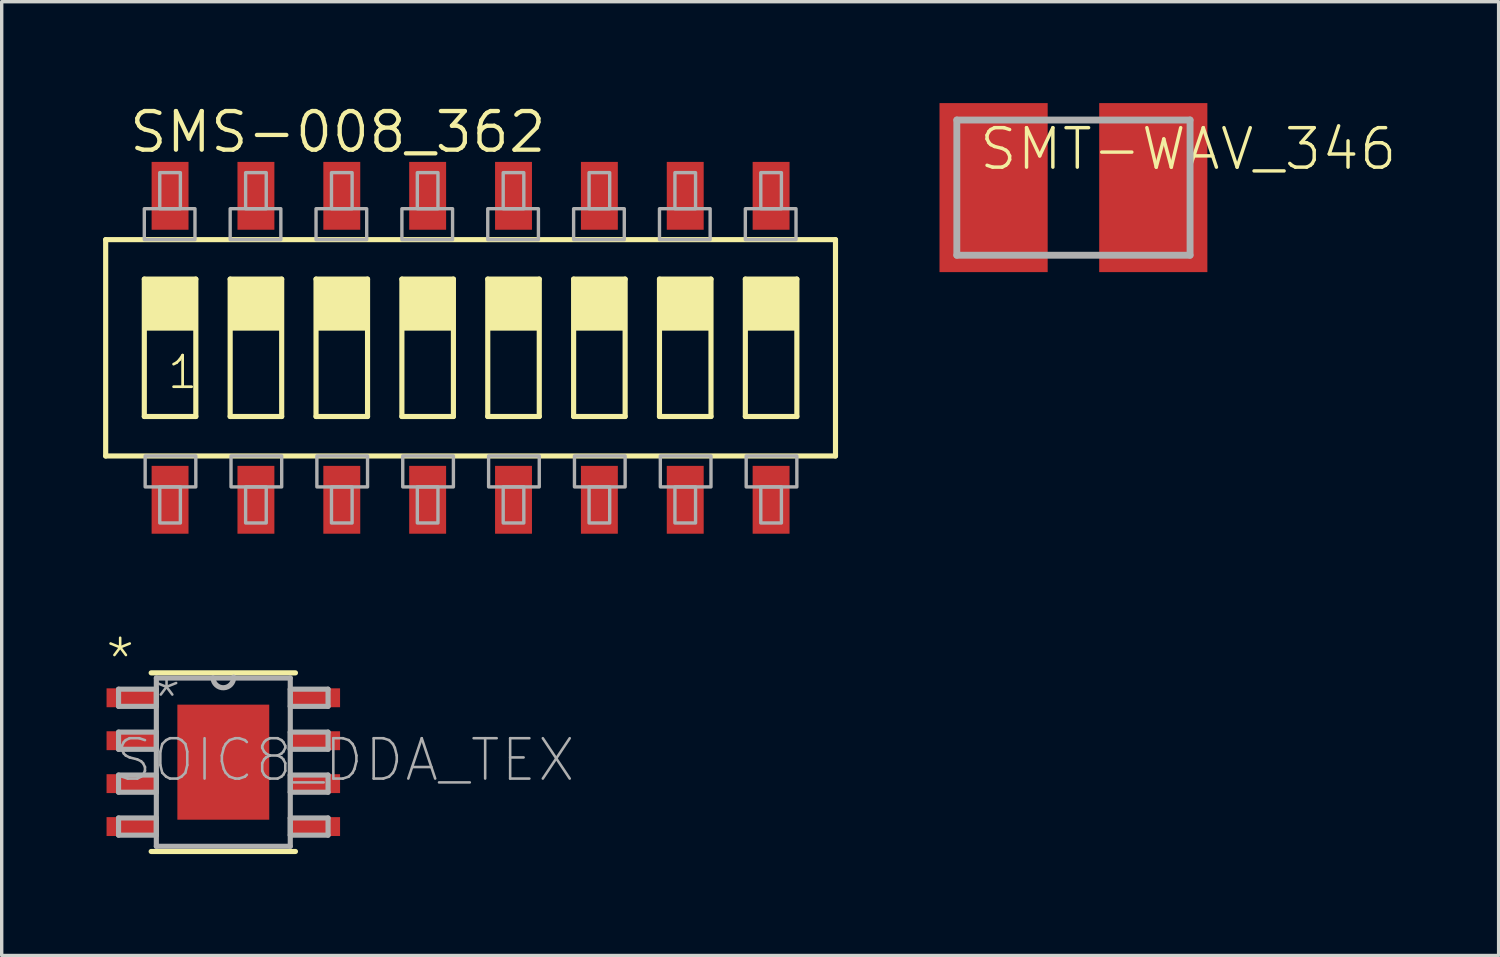
<source format=kicad_pcb>
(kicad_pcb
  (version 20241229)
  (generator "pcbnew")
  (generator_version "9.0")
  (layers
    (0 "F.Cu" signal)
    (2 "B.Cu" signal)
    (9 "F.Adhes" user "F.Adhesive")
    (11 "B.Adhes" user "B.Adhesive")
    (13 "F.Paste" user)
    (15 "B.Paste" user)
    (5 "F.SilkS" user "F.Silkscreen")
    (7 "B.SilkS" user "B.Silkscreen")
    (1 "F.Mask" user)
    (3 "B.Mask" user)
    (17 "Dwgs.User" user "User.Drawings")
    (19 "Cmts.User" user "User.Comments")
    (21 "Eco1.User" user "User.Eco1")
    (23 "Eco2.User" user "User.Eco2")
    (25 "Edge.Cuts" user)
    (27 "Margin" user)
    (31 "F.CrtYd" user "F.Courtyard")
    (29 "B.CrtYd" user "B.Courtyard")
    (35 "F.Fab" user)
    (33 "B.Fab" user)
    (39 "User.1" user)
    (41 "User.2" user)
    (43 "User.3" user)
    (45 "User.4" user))
  (footprint "SMS-008_362"
    (layer "F.Cu")
    (at 10.871 7.239)
    (property "Reference" "SMS-008_362" (at -10.16 -5.715 0) (unlocked yes) (layer "F.SilkS") (effects (font (size 1.143 1.143) (thickness 0.127)) (justify left bottom)))
    (fp_line (start -10.795 3.2) (end -10.795 -3.2) (stroke (width 0.152) (type solid)) (layer "F.SilkS"))
    (fp_line (start -10.795 3.2) (end 10.795 3.2) (stroke (width 0.152) (type solid)) (layer "F.SilkS"))
    (fp_line (start -9.652 -2.032) (end -8.128 -2.032) (stroke (width 0.152) (type solid)) (layer "F.SilkS"))
    (fp_line (start -9.652 2.032) (end -9.652 -2.032) (stroke (width 0.152) (type solid)) (layer "F.SilkS"))
    (fp_line (start -8.128 -2.032) (end -8.128 2.032) (stroke (width 0.152) (type solid)) (layer "F.SilkS"))
    (fp_line (start -8.128 2.032) (end -9.652 2.032) (stroke (width 0.152) (type solid)) (layer "F.SilkS"))
    (fp_line (start -7.112 -2.032) (end -5.588 -2.032) (stroke (width 0.152) (type solid)) (layer "F.SilkS"))
    (fp_line (start -7.112 2.032) (end -7.112 -2.032) (stroke (width 0.152) (type solid)) (layer "F.SilkS"))
    (fp_line (start -5.588 -2.032) (end -5.588 2.032) (stroke (width 0.152) (type solid)) (layer "F.SilkS"))
    (fp_line (start -5.588 2.032) (end -7.112 2.032) (stroke (width 0.152) (type solid)) (layer "F.SilkS"))
    (fp_line (start -4.572 -2.032) (end -3.048 -2.032) (stroke (width 0.152) (type solid)) (layer "F.SilkS"))
    (fp_line (start -4.572 2.032) (end -4.572 -2.032) (stroke (width 0.152) (type solid)) (layer "F.SilkS"))
    (fp_line (start -3.048 -2.032) (end -3.048 2.032) (stroke (width 0.152) (type solid)) (layer "F.SilkS"))
    (fp_line (start -3.048 2.032) (end -4.572 2.032) (stroke (width 0.152) (type solid)) (layer "F.SilkS"))
    (fp_line (start -2.032 -2.032) (end -0.508 -2.032) (stroke (width 0.152) (type solid)) (layer "F.SilkS"))
    (fp_line (start -2.032 2.032) (end -2.032 -2.032) (stroke (width 0.152) (type solid)) (layer "F.SilkS"))
    (fp_line (start -0.508 -2.032) (end -0.508 2.032) (stroke (width 0.152) (type solid)) (layer "F.SilkS"))
    (fp_line (start -0.508 2.032) (end -2.032 2.032) (stroke (width 0.152) (type solid)) (layer "F.SilkS"))
    (fp_line (start 0.508 -2.032) (end 2.032 -2.032) (stroke (width 0.152) (type solid)) (layer "F.SilkS"))
    (fp_line (start 0.508 2.032) (end 0.508 -2.032) (stroke (width 0.152) (type solid)) (layer "F.SilkS"))
    (fp_line (start 2.032 -2.032) (end 2.032 2.032) (stroke (width 0.152) (type solid)) (layer "F.SilkS"))
    (fp_line (start 2.032 2.032) (end 0.508 2.032) (stroke (width 0.152) (type solid)) (layer "F.SilkS"))
    (fp_line (start 3.048 -2.032) (end 4.572 -2.032) (stroke (width 0.152) (type solid)) (layer "F.SilkS"))
    (fp_line (start 3.048 2.032) (end 3.048 -2.032) (stroke (width 0.152) (type solid)) (layer "F.SilkS"))
    (fp_line (start 4.572 -2.032) (end 4.572 2.032) (stroke (width 0.152) (type solid)) (layer "F.SilkS"))
    (fp_line (start 4.572 2.032) (end 3.048 2.032) (stroke (width 0.152) (type solid)) (layer "F.SilkS"))
    (fp_line (start 5.588 -2.032) (end 7.112 -2.032) (stroke (width 0.152) (type solid)) (layer "F.SilkS"))
    (fp_line (start 5.588 2.032) (end 5.588 -2.032) (stroke (width 0.152) (type solid)) (layer "F.SilkS"))
    (fp_line (start 7.112 -2.032) (end 7.112 2.032) (stroke (width 0.152) (type solid)) (layer "F.SilkS"))
    (fp_line (start 7.112 2.032) (end 5.588 2.032) (stroke (width 0.152) (type solid)) (layer "F.SilkS"))
    (fp_line (start 8.128 -2.032) (end 9.652 -2.032) (stroke (width 0.152) (type solid)) (layer "F.SilkS"))
    (fp_line (start 8.128 2.032) (end 8.128 -2.032) (stroke (width 0.152) (type solid)) (layer "F.SilkS"))
    (fp_line (start 9.652 -2.032) (end 9.652 2.032) (stroke (width 0.152) (type solid)) (layer "F.SilkS"))
    (fp_line (start 9.652 2.032) (end 8.128 2.032) (stroke (width 0.152) (type solid)) (layer "F.SilkS"))
    (fp_line (start 10.795 -3.2) (end -10.795 -3.2) (stroke (width 0.152) (type solid)) (layer "F.SilkS"))
    (fp_line (start 10.795 -3.2) (end 10.795 3.2) (stroke (width 0.152) (type solid)) (layer "F.SilkS"))
    (fp_poly (pts (xy -9.652 -0.508) (xy -8.128 -0.508) (xy -8.128 -2.032) (xy -9.652 -2.032)) (stroke (width 0) (type default)) (fill yes) (layer "F.SilkS"))
    (fp_poly (pts (xy -7.112 -0.508) (xy -5.588 -0.508) (xy -5.588 -2.032) (xy -7.112 -2.032)) (stroke (width 0) (type default)) (fill yes) (layer "F.SilkS"))
    (fp_poly (pts (xy -4.572 -0.508) (xy -3.048 -0.508) (xy -3.048 -2.032) (xy -4.572 -2.032)) (stroke (width 0) (type default)) (fill yes) (layer "F.SilkS"))
    (fp_poly (pts (xy -2.032 -0.508) (xy -0.508 -0.508) (xy -0.508 -2.032) (xy -2.032 -2.032)) (stroke (width 0) (type default)) (fill yes) (layer "F.SilkS"))
    (fp_poly (pts (xy 0.508 -0.508) (xy 2.032 -0.508) (xy 2.032 -2.032) (xy 0.508 -2.032)) (stroke (width 0) (type default)) (fill yes) (layer "F.SilkS"))
    (fp_poly (pts (xy 3.048 -0.508) (xy 4.572 -0.508) (xy 4.572 -2.032) (xy 3.048 -2.032)) (stroke (width 0) (type default)) (fill yes) (layer "F.SilkS"))
    (fp_poly (pts (xy 5.588 -0.508) (xy 7.112 -0.508) (xy 7.112 -2.032) (xy 5.588 -2.032)) (stroke (width 0) (type default)) (fill yes) (layer "F.SilkS"))
    (fp_poly (pts (xy 8.128 -0.508) (xy 9.652 -0.508) (xy 9.652 -2.032) (xy 8.128 -2.032)) (stroke (width 0) (type default)) (fill yes) (layer "F.SilkS"))
    (fp_poly (pts (xy -9.652 -3.2) (xy -8.153 -3.2) (xy -8.153 -4.115) (xy -9.652 -4.115)) (stroke (width 0.1) (type default)) (fill no) (layer "F.Fab"))
    (fp_poly (pts (xy -9.627 4.115) (xy -8.128 4.115) (xy -8.128 3.2) (xy -9.627 3.2)) (stroke (width 0.1) (type default)) (fill no) (layer "F.Fab"))
    (fp_poly (pts (xy -9.195 -4.115) (xy -8.585 -4.115) (xy -8.585 -5.182) (xy -9.195 -5.182)) (stroke (width 0.1) (type default)) (fill no) (layer "F.Fab"))
    (fp_poly (pts (xy -9.195 5.182) (xy -8.585 5.182) (xy -8.585 4.115) (xy -9.195 4.115)) (stroke (width 0.1) (type default)) (fill no) (layer "F.Fab"))
    (fp_poly (pts (xy -7.112 -3.2) (xy -5.613 -3.2) (xy -5.613 -4.115) (xy -7.112 -4.115)) (stroke (width 0.1) (type default)) (fill no) (layer "F.Fab"))
    (fp_poly (pts (xy -7.087 4.115) (xy -5.588 4.115) (xy -5.588 3.2) (xy -7.087 3.2)) (stroke (width 0.1) (type default)) (fill no) (layer "F.Fab"))
    (fp_poly (pts (xy -6.655 -4.115) (xy -6.045 -4.115) (xy -6.045 -5.182) (xy -6.655 -5.182)) (stroke (width 0.1) (type default)) (fill no) (layer "F.Fab"))
    (fp_poly (pts (xy -6.655 5.182) (xy -6.045 5.182) (xy -6.045 4.115) (xy -6.655 4.115)) (stroke (width 0.1) (type default)) (fill no) (layer "F.Fab"))
    (fp_poly (pts (xy -4.572 -3.2) (xy -3.073 -3.2) (xy -3.073 -4.115) (xy -4.572 -4.115)) (stroke (width 0.1) (type default)) (fill no) (layer "F.Fab"))
    (fp_poly (pts (xy -4.547 4.115) (xy -3.048 4.115) (xy -3.048 3.2) (xy -4.547 3.2)) (stroke (width 0.1) (type default)) (fill no) (layer "F.Fab"))
    (fp_poly (pts (xy -4.115 -4.115) (xy -3.505 -4.115) (xy -3.505 -5.182) (xy -4.115 -5.182)) (stroke (width 0.1) (type default)) (fill no) (layer "F.Fab"))
    (fp_poly (pts (xy -4.115 5.182) (xy -3.505 5.182) (xy -3.505 4.115) (xy -4.115 4.115)) (stroke (width 0.1) (type default)) (fill no) (layer "F.Fab"))
    (fp_poly (pts (xy -2.032 -3.2) (xy -0.533 -3.2) (xy -0.533 -4.115) (xy -2.032 -4.115)) (stroke (width 0.1) (type default)) (fill no) (layer "F.Fab"))
    (fp_poly (pts (xy -2.007 4.115) (xy -0.508 4.115) (xy -0.508 3.2) (xy -2.007 3.2)) (stroke (width 0.1) (type default)) (fill no) (layer "F.Fab"))
    (fp_poly (pts (xy -1.575 -4.115) (xy -0.965 -4.115) (xy -0.965 -5.182) (xy -1.575 -5.182)) (stroke (width 0.1) (type default)) (fill no) (layer "F.Fab"))
    (fp_poly (pts (xy -1.575 5.182) (xy -0.965 5.182) (xy -0.965 4.115) (xy -1.575 4.115)) (stroke (width 0.1) (type default)) (fill no) (layer "F.Fab"))
    (fp_poly (pts (xy 0.508 -3.2) (xy 2.007 -3.2) (xy 2.007 -4.115) (xy 0.508 -4.115)) (stroke (width 0.1) (type default)) (fill no) (layer "F.Fab"))
    (fp_poly (pts (xy 0.533 4.115) (xy 2.032 4.115) (xy 2.032 3.2) (xy 0.533 3.2)) (stroke (width 0.1) (type default)) (fill no) (layer "F.Fab"))
    (fp_poly (pts (xy 0.965 -4.115) (xy 1.575 -4.115) (xy 1.575 -5.182) (xy 0.965 -5.182)) (stroke (width 0.1) (type default)) (fill no) (layer "F.Fab"))
    (fp_poly (pts (xy 0.965 5.182) (xy 1.575 5.182) (xy 1.575 4.115) (xy 0.965 4.115)) (stroke (width 0.1) (type default)) (fill no) (layer "F.Fab"))
    (fp_poly (pts (xy 3.048 -3.2) (xy 4.547 -3.2) (xy 4.547 -4.115) (xy 3.048 -4.115)) (stroke (width 0.1) (type default)) (fill no) (layer "F.Fab"))
    (fp_poly (pts (xy 3.073 4.115) (xy 4.572 4.115) (xy 4.572 3.2) (xy 3.073 3.2)) (stroke (width 0.1) (type default)) (fill no) (layer "F.Fab"))
    (fp_poly (pts (xy 3.505 -4.115) (xy 4.115 -4.115) (xy 4.115 -5.182) (xy 3.505 -5.182)) (stroke (width 0.1) (type default)) (fill no) (layer "F.Fab"))
    (fp_poly (pts (xy 3.505 5.182) (xy 4.115 5.182) (xy 4.115 4.115) (xy 3.505 4.115)) (stroke (width 0.1) (type default)) (fill no) (layer "F.Fab"))
    (fp_poly (pts (xy 5.588 -3.2) (xy 7.087 -3.2) (xy 7.087 -4.115) (xy 5.588 -4.115)) (stroke (width 0.1) (type default)) (fill no) (layer "F.Fab"))
    (fp_poly (pts (xy 5.613 4.115) (xy 7.112 4.115) (xy 7.112 3.2) (xy 5.613 3.2)) (stroke (width 0.1) (type default)) (fill no) (layer "F.Fab"))
    (fp_poly (pts (xy 6.045 -4.115) (xy 6.655 -4.115) (xy 6.655 -5.182) (xy 6.045 -5.182)) (stroke (width 0.1) (type default)) (fill no) (layer "F.Fab"))
    (fp_poly (pts (xy 6.045 5.182) (xy 6.655 5.182) (xy 6.655 4.115) (xy 6.045 4.115)) (stroke (width 0.1) (type default)) (fill no) (layer "F.Fab"))
    (fp_poly (pts (xy 8.128 -3.2) (xy 9.627 -3.2) (xy 9.627 -4.115) (xy 8.128 -4.115)) (stroke (width 0.1) (type default)) (fill no) (layer "F.Fab"))
    (fp_poly (pts (xy 8.153 4.115) (xy 9.652 4.115) (xy 9.652 3.2) (xy 8.153 3.2)) (stroke (width 0.1) (type default)) (fill no) (layer "F.Fab"))
    (fp_poly (pts (xy 8.585 -4.115) (xy 9.195 -4.115) (xy 9.195 -5.182) (xy 8.585 -5.182)) (stroke (width 0.1) (type default)) (fill no) (layer "F.Fab"))
    (fp_poly (pts (xy 8.585 5.182) (xy 9.195 5.182) (xy 9.195 4.115) (xy 8.585 4.115)) (stroke (width 0.1) (type default)) (fill no) (layer "F.Fab"))
    (fp_text user "1" (at -9.017 1.27 0) (unlocked yes) (layer "F.SilkS") (effects (font (size 0.935 0.935) (thickness 0.081)) (justify left bottom)))
    (pad "1" smd rect (at -8.89 4.496) (size 1.092 2.007) (layers "F.Cu" "F.Mask" "F.Paste"))
    (pad "2" smd rect (at -6.35 4.496) (size 1.092 2.007) (layers "F.Cu" "F.Mask" "F.Paste"))
    (pad "3" smd rect (at -3.81 4.496) (size 1.092 2.007) (layers "F.Cu" "F.Mask" "F.Paste"))
    (pad "4" smd rect (at -1.27 4.496) (size 1.092 2.007) (layers "F.Cu" "F.Mask" "F.Paste"))
    (pad "5" smd rect (at 1.27 4.496) (size 1.092 2.007) (layers "F.Cu" "F.Mask" "F.Paste"))
    (pad "6" smd rect (at 3.81 4.496) (size 1.092 2.007) (layers "F.Cu" "F.Mask" "F.Paste"))
    (pad "7" smd rect (at 6.35 4.496) (size 1.092 2.007) (layers "F.Cu" "F.Mask" "F.Paste"))
    (pad "8" smd rect (at 8.89 4.496) (size 1.092 2.007) (layers "F.Cu" "F.Mask" "F.Paste"))
    (pad "9" smd rect (at 8.89 -4.496) (size 1.092 2.007) (layers "F.Cu" "F.Mask" "F.Paste"))
    (pad "10" smd rect (at 6.35 -4.496) (size 1.092 2.007) (layers "F.Cu" "F.Mask" "F.Paste"))
    (pad "11" smd rect (at 3.81 -4.496) (size 1.092 2.007) (layers "F.Cu" "F.Mask" "F.Paste"))
    (pad "12" smd rect (at 1.27 -4.496) (size 1.092 2.007) (layers "F.Cu" "F.Mask" "F.Paste"))
    (pad "13" smd rect (at -1.27 -4.496) (size 1.092 2.007) (layers "F.Cu" "F.Mask" "F.Paste"))
    (pad "14" smd rect (at -3.81 -4.496) (size 1.092 2.007) (layers "F.Cu" "F.Mask" "F.Paste"))
    (pad "15" smd rect (at -6.35 -4.496) (size 1.092 2.007) (layers "F.Cu" "F.Mask" "F.Paste"))
    (pad "16" smd rect (at -8.89 -4.496) (size 1.092 2.007) (layers "F.Cu" "F.Mask" "F.Paste")))
  (footprint "SOIC8_DDA_TEX"
    (layer "F.Cu")
    (at 3.556 19.497)
    (property "Reference" "SOIC8_DDA_TEX" (at -3.277 0.635 0) (unlocked yes) (layer "F.Fab") (effects (font (size 1.194 1.194) (thickness 0.076)) (justify left bottom)))
    (fp_line (start -2.134 2.642) (end 2.134 2.642) (stroke (width 0.152) (type solid)) (layer "F.SilkS"))
    (fp_line (start 2.134 -2.642) (end -2.134 -2.642) (stroke (width 0.152) (type solid)) (layer "F.SilkS"))
    (fp_poly (pts (xy -0.087 -0.087) (xy -1.272 -0.087) (xy -1.272 -1.615) (xy -0.087 -1.615)) (stroke (width 0) (type default)) (fill yes) (layer "F.Paste"))
    (fp_poly (pts (xy -0.087 1.615) (xy -1.272 1.615) (xy -1.272 0.087) (xy -0.087 0.087)) (stroke (width 0) (type default)) (fill yes) (layer "F.Paste"))
    (fp_poly (pts (xy 1.272 -0.087) (xy 0.087 -0.087) (xy 0.087 -1.615) (xy 1.272 -1.615)) (stroke (width 0) (type default)) (fill yes) (layer "F.Paste"))
    (fp_poly (pts (xy 1.272 1.615) (xy 0.087 1.615) (xy 0.087 0.087) (xy 1.272 0.087)) (stroke (width 0) (type default)) (fill yes) (layer "F.Paste"))
    (fp_line (start -3.099 -2.159) (end -3.099 -1.651) (stroke (width 0.152) (type solid)) (layer "F.Fab"))
    (fp_line (start -3.099 -1.651) (end -1.981 -1.651) (stroke (width 0.152) (type solid)) (layer "F.Fab"))
    (fp_line (start -3.099 -0.889) (end -3.099 -0.381) (stroke (width 0.152) (type solid)) (layer "F.Fab"))
    (fp_line (start -3.099 -0.381) (end -1.981 -0.381) (stroke (width 0.152) (type solid)) (layer "F.Fab"))
    (fp_line (start -3.099 0.381) (end -3.099 0.889) (stroke (width 0.152) (type solid)) (layer "F.Fab"))
    (fp_line (start -3.099 0.889) (end -1.981 0.889) (stroke (width 0.152) (type solid)) (layer "F.Fab"))
    (fp_line (start -3.099 1.651) (end -3.099 2.159) (stroke (width 0.152) (type solid)) (layer "F.Fab"))
    (fp_line (start -3.099 2.159) (end -1.981 2.159) (stroke (width 0.152) (type solid)) (layer "F.Fab"))
    (fp_line (start -1.981 -2.489) (end -1.981 2.489) (stroke (width 0.152) (type solid)) (layer "F.Fab"))
    (fp_line (start -1.981 -2.159) (end -3.099 -2.159) (stroke (width 0.152) (type solid)) (layer "F.Fab"))
    (fp_line (start -1.981 -1.651) (end -1.981 -2.159) (stroke (width 0.152) (type solid)) (layer "F.Fab"))
    (fp_line (start -1.981 -0.889) (end -3.099 -0.889) (stroke (width 0.152) (type solid)) (layer "F.Fab"))
    (fp_line (start -1.981 -0.381) (end -1.981 -0.889) (stroke (width 0.152) (type solid)) (layer "F.Fab"))
    (fp_line (start -1.981 0.381) (end -3.099 0.381) (stroke (width 0.152) (type solid)) (layer "F.Fab"))
    (fp_line (start -1.981 0.889) (end -1.981 0.381) (stroke (width 0.152) (type solid)) (layer "F.Fab"))
    (fp_line (start -1.981 1.651) (end -3.099 1.651) (stroke (width 0.152) (type solid)) (layer "F.Fab"))
    (fp_line (start -1.981 2.159) (end -1.981 1.651) (stroke (width 0.152) (type solid)) (layer "F.Fab"))
    (fp_line (start -1.981 2.489) (end 1.981 2.489) (stroke (width 0.152) (type solid)) (layer "F.Fab"))
    (fp_line (start -0.305 -2.489) (end -1.981 -2.489) (stroke (width 0.152) (type solid)) (layer "F.Fab"))
    (fp_line (start 1.981 -2.489) (end -0.305 -2.489) (stroke (width 0.152) (type solid)) (layer "F.Fab"))
    (fp_line (start 1.981 -2.159) (end 1.981 -1.651) (stroke (width 0.152) (type solid)) (layer "F.Fab"))
    (fp_line (start 1.981 -1.651) (end 3.099 -1.651) (stroke (width 0.152) (type solid)) (layer "F.Fab"))
    (fp_line (start 1.981 -0.889) (end 1.981 -0.381) (stroke (width 0.152) (type solid)) (layer "F.Fab"))
    (fp_line (start 1.981 -0.381) (end 3.099 -0.381) (stroke (width 0.152) (type solid)) (layer "F.Fab"))
    (fp_line (start 1.981 0.381) (end 1.981 0.889) (stroke (width 0.152) (type solid)) (layer "F.Fab"))
    (fp_line (start 1.981 0.889) (end 3.099 0.889) (stroke (width 0.152) (type solid)) (layer "F.Fab"))
    (fp_line (start 1.981 1.651) (end 1.981 2.159) (stroke (width 0.152) (type solid)) (layer "F.Fab"))
    (fp_line (start 1.981 2.159) (end 3.099 2.159) (stroke (width 0.152) (type solid)) (layer "F.Fab"))
    (fp_line (start 1.981 2.489) (end 1.981 -2.489) (stroke (width 0.152) (type solid)) (layer "F.Fab"))
    (fp_line (start 3.099 -2.159) (end 1.981 -2.159) (stroke (width 0.152) (type solid)) (layer "F.Fab"))
    (fp_line (start 3.099 -1.651) (end 3.099 -2.159) (stroke (width 0.152) (type solid)) (layer "F.Fab"))
    (fp_line (start 3.099 -0.889) (end 1.981 -0.889) (stroke (width 0.152) (type solid)) (layer "F.Fab"))
    (fp_line (start 3.099 -0.381) (end 3.099 -0.889) (stroke (width 0.152) (type solid)) (layer "F.Fab"))
    (fp_line (start 3.099 0.381) (end 1.981 0.381) (stroke (width 0.152) (type solid)) (layer "F.Fab"))
    (fp_line (start 3.099 0.889) (end 3.099 0.381) (stroke (width 0.152) (type solid)) (layer "F.Fab"))
    (fp_line (start 3.099 1.651) (end 1.981 1.651) (stroke (width 0.152) (type solid)) (layer "F.Fab"))
    (fp_line (start 3.099 2.159) (end 3.099 1.651) (stroke (width 0.152) (type solid)) (layer "F.Fab"))
    (fp_arc (start 0.3048 -2.5146) (mid 0.0127 -2.1971) (end -0.3048 -2.4892) (stroke (width 0.1524) (type solid)) (layer "F.Fab"))
    (fp_text user "*" (at -3.556 -2.337 0) (unlocked yes) (layer "F.SilkS") (effects (font (size 1.194 1.194) (thickness 0.076)) (justify left bottom)))
    (fp_text user "*" (at -2.184 -1.168 0) (unlocked yes) (layer "F.Fab") (effects (font (size 1.194 1.194) (thickness 0.076)) (justify left bottom)))
    (pad "1" smd rect (at -2.724 -1.905) (size 1.46 0.559) (layers "F.Cu" "F.Mask" "F.Paste"))
    (pad "2" smd rect (at -2.724 -0.635) (size 1.46 0.559) (layers "F.Cu" "F.Mask" "F.Paste"))
    (pad "3" smd rect (at -2.724 0.635) (size 1.46 0.559) (layers "F.Cu" "F.Mask" "F.Paste"))
    (pad "4" smd rect (at -2.724 1.905) (size 1.46 0.559) (layers "F.Cu" "F.Mask" "F.Paste"))
    (pad "5" smd rect (at 2.724 1.905) (size 1.46 0.559) (layers "F.Cu" "F.Mask" "F.Paste"))
    (pad "6" smd rect (at 2.724 0.635) (size 1.46 0.559) (layers "F.Cu" "F.Mask" "F.Paste"))
    (pad "7" smd rect (at 2.724 -0.635) (size 1.46 0.559) (layers "F.Cu" "F.Mask" "F.Paste"))
    (pad "8" smd rect (at 2.724 -1.905) (size 1.46 0.559) (layers "F.Cu" "F.Mask" "F.Paste"))
    (pad "9" smd rect (at 0 0) (size 2.718 3.404) (layers "F.Cu" "F.Mask")))
  (footprint "SMT-WAV_346"
    (layer "F.Cu")
    (at 28.705 2.5)
    (property "Reference" "SMT-WAV_346" (at -2.845 -0.457 0) (unlocked yes) (layer "F.SilkS") (effects (font (size 1.168 1.168) (thickness 0.102)) (justify left bottom)))
    (fp_line (start -3.45 -2) (end 3.45 -2) (stroke (width 0.203) (type solid)) (layer "F.Fab"))
    (fp_line (start -3.45 2) (end -3.45 -2) (stroke (width 0.203) (type solid)) (layer "F.Fab"))
    (fp_line (start 3.45 -2) (end 3.45 2) (stroke (width 0.203) (type solid)) (layer "F.Fab"))
    (fp_line (start 3.45 2) (end -3.45 2) (stroke (width 0.203) (type solid)) (layer "F.Fab"))
    (pad "1" smd rect (at 2.362 0) (size 3.2 5) (layers "F.Cu" "F.Mask" "F.Paste"))
    (pad "2" smd rect (at -2.362 0) (size 3.2 5) (layers "F.Cu" "F.Mask" "F.Paste")))
  (gr_rect
    (start -3 -3)
    (end 41.283 25.215)
    (stroke (width 0.1) (type default))
    (fill no)
    (layer "Edge.Cuts")))
</source>
